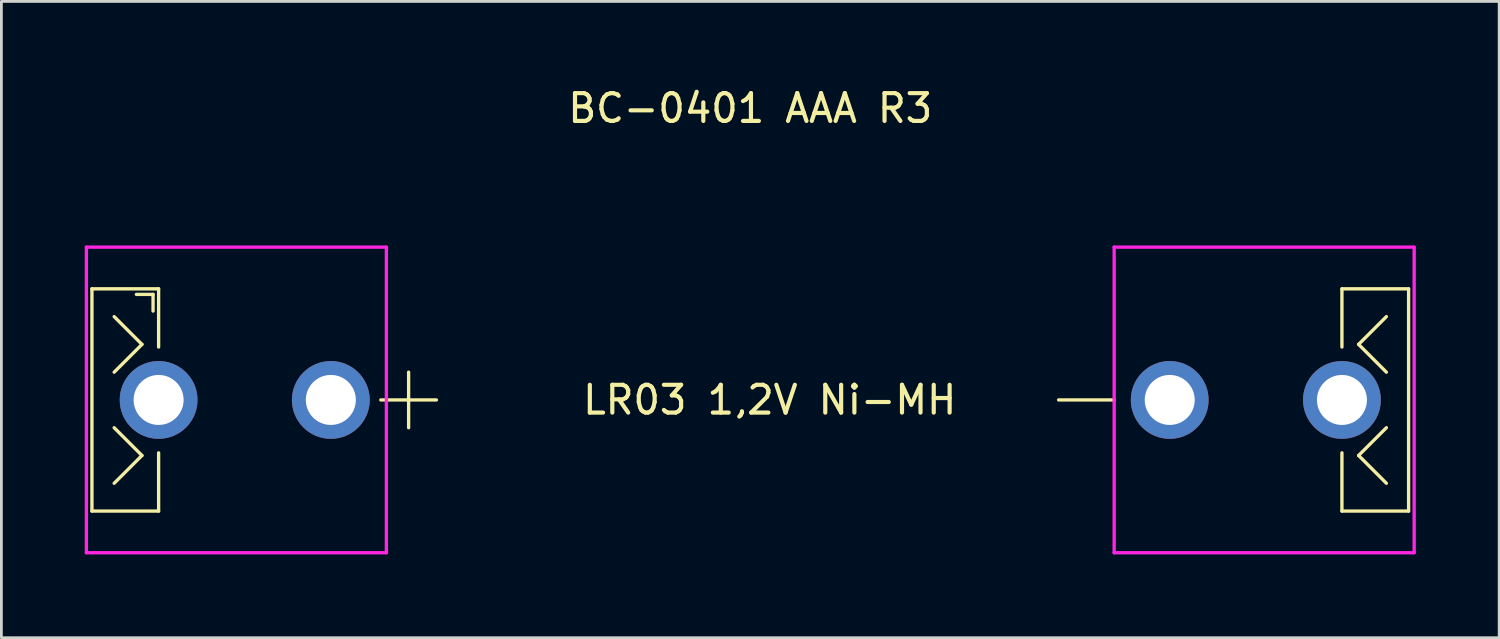
<source format=kicad_pcb>
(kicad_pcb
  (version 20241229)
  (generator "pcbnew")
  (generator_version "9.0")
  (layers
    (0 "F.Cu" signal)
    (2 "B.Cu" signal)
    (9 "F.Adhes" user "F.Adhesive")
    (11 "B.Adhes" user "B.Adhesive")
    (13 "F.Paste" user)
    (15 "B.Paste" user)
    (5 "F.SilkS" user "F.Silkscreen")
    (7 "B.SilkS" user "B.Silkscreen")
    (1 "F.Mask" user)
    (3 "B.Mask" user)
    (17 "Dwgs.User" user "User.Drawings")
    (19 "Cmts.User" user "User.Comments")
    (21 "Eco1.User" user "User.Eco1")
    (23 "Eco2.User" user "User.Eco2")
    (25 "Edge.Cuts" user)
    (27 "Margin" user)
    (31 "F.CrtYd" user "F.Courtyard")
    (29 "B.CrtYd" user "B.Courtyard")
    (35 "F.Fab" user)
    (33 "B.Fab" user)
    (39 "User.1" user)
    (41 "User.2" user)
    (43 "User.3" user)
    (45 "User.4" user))
  (footprint "BC-0401 AAA R3"
    (layer "F.Cu")
    (at 23.96 11.348)
    (property "Reference" "BC-0401 AAA R3" (at 0 -10.5 0) (unlocked yes) (layer "F.SilkS") (effects (font (size 1 1) (thickness 0.15))))
    (attr through_hole)
    (fp_line (start -23.7 -4) (end -23.7 4) (stroke (width 0.12) (type solid)) (layer "F.SilkS"))
    (fp_line (start -23.7 4) (end -21.3 4) (stroke (width 0.12) (type solid)) (layer "F.SilkS"))
    (fp_line (start -22.9 -3) (end -21.9 -2) (stroke (width 0.12) (type solid)) (layer "F.SilkS"))
    (fp_line (start -22.9 1) (end -21.9 2) (stroke (width 0.12) (type solid)) (layer "F.SilkS"))
    (fp_line (start -22.1 -3.8) (end -21.5 -3.8) (stroke (width 0.12) (type solid)) (layer "F.SilkS"))
    (fp_line (start -21.9 -2) (end -22.9 -1) (stroke (width 0.12) (type solid)) (layer "F.SilkS"))
    (fp_line (start -21.9 2) (end -22.9 3) (stroke (width 0.12) (type solid)) (layer "F.SilkS"))
    (fp_line (start -21.5 -3.8) (end -21.5 -3.2) (stroke (width 0.12) (type solid)) (layer "F.SilkS"))
    (fp_line (start -21.3 -4) (end -23.7 -4) (stroke (width 0.12) (type solid)) (layer "F.SilkS"))
    (fp_line (start -21.3 -1.905) (end -21.3 -4) (stroke (width 0.12) (type solid)) (layer "F.SilkS"))
    (fp_line (start -21.3 1.905) (end -21.3 4) (stroke (width 0.12) (type solid)) (layer "F.SilkS"))
    (fp_line (start -13.3 0) (end -11.3 0) (stroke (width 0.12) (type solid)) (layer "F.SilkS"))
    (fp_line (start -12.3 -1) (end -12.3 1) (stroke (width 0.12) (type solid)) (layer "F.SilkS"))
    (fp_line (start 11.1 0) (end 13.1 0) (stroke (width 0.12) (type solid)) (layer "F.SilkS"))
    (fp_line (start 21.3 -4) (end 23.7 -4) (stroke (width 0.12) (type solid)) (layer "F.SilkS"))
    (fp_line (start 21.3 -1.905) (end 21.3 -4) (stroke (width 0.12) (type solid)) (layer "F.SilkS"))
    (fp_line (start 21.3 1.905) (end 21.3 4) (stroke (width 0.12) (type solid)) (layer "F.SilkS"))
    (fp_line (start 21.9 -2) (end 22.9 -3) (stroke (width 0.12) (type solid)) (layer "F.SilkS"))
    (fp_line (start 21.9 2) (end 22.9 1) (stroke (width 0.12) (type solid)) (layer "F.SilkS"))
    (fp_line (start 22.9 -1) (end 21.9 -2) (stroke (width 0.12) (type solid)) (layer "F.SilkS"))
    (fp_line (start 22.9 3) (end 21.9 2) (stroke (width 0.12) (type solid)) (layer "F.SilkS"))
    (fp_line (start 23.7 -4) (end 23.7 4) (stroke (width 0.12) (type solid)) (layer "F.SilkS"))
    (fp_line (start 23.7 4) (end 21.3 4) (stroke (width 0.12) (type solid)) (layer "F.SilkS"))
    (fp_line (start -23.9 -5.5) (end -13.1 -5.5) (stroke (width 0.12) (type solid)) (layer "F.CrtYd"))
    (fp_line (start -23.9 5.5) (end -23.9 -5.5) (stroke (width 0.12) (type solid)) (layer "F.CrtYd"))
    (fp_line (start -13.1 5.5) (end -23.9 5.5) (stroke (width 0.12) (type solid)) (layer "F.CrtYd"))
    (fp_line (start -13.1 5.5) (end -13.1 -5.5) (stroke (width 0.12) (type solid)) (layer "F.CrtYd"))
    (fp_line (start 13.1 -5.5) (end 13.1 5.5) (stroke (width 0.12) (type solid)) (layer "F.CrtYd"))
    (fp_line (start 13.1 -5.5) (end 23.9 -5.5) (stroke (width 0.12) (type solid)) (layer "F.CrtYd"))
    (fp_line (start 23.9 -5.5) (end 23.9 5.5) (stroke (width 0.12) (type solid)) (layer "F.CrtYd"))
    (fp_line (start 23.9 5.5) (end 13.1 5.5) (stroke (width 0.12) (type solid)) (layer "F.CrtYd"))
    (fp_text user "LR03 1,2V Ni-MH" (at 0.7 0 0) (unlocked yes) (layer "F.SilkS") (effects (font (size 1 1) (thickness 0.15))))
    (pad "1" thru_hole circle (at -21.3 0) (size 2.8 2.8) (drill 1.8) (layers "*.Cu" "*.Mask"))
    (pad "1" thru_hole circle (at -15.1 0) (size 2.8 2.8) (drill 1.8) (layers "*.Cu" "*.Mask"))
    (pad "2" thru_hole circle (at 15.1 0) (size 2.8 2.8) (drill 1.8) (layers "*.Cu" "*.Mask"))
    (pad "2" thru_hole circle (at 21.3 0) (size 2.8 2.8) (drill 1.8) (layers "*.Cu" "*.Mask")))
  (gr_rect
    (start -3 -3)
    (end 50.92 19.908)
    (stroke (width 0.1) (type default))
    (fill no)
    (layer "Edge.Cuts")))
</source>
